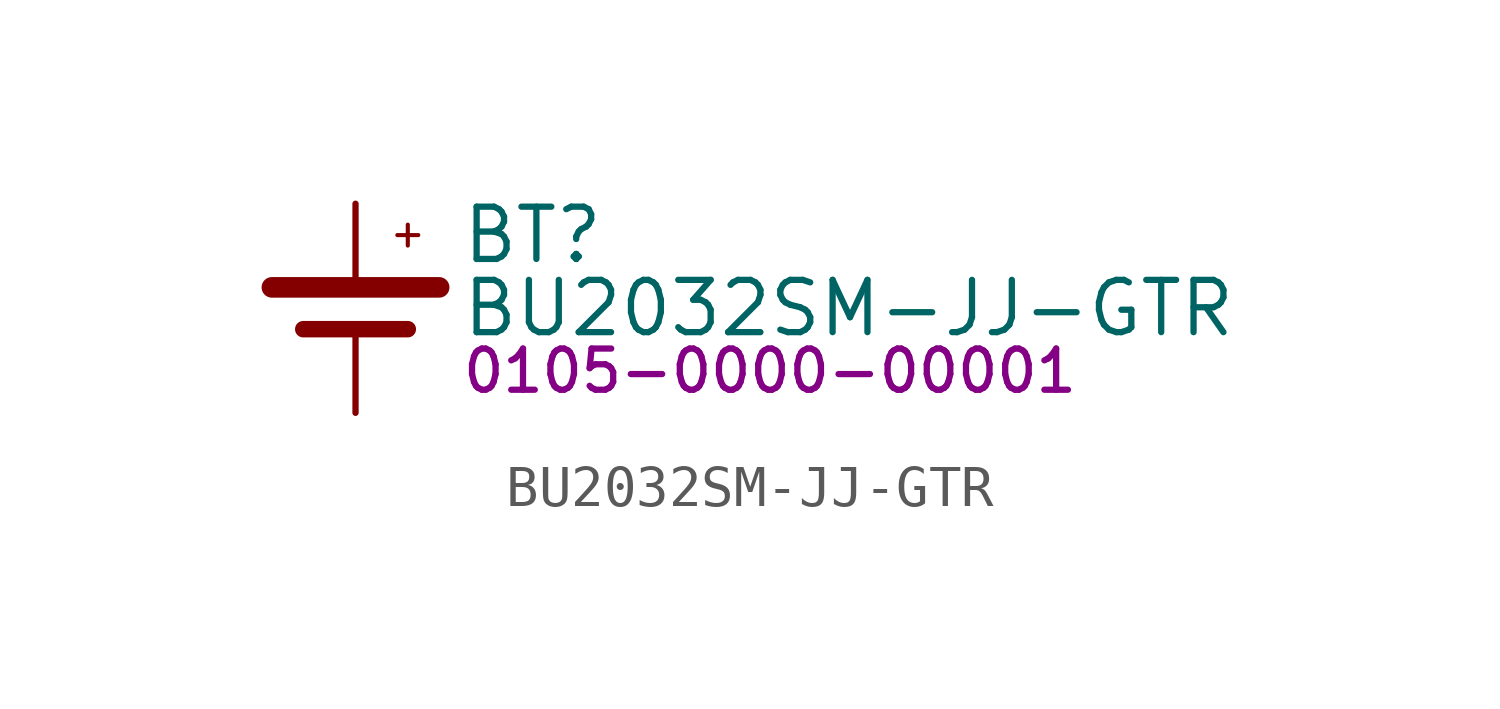
<source format=kicad_sym>
(kicad_symbol_lib
  (version 20231120)
  (generator "kicad_symbol_editor")
  (generator_version "8.0")
  (symbol "BU2032SM-JJ-GTR"
    (property "Reference" "BT"
      (at 2.54 1.778 0)
      (effects (font (size 1.27 1.27)) (justify left)))
    (property "Value" "BU2032SM-JJ-GTR"
      (at 2.54 0 0)
      (effects (font (size 1.27 1.27)) (justify left)))
    (property "PartNumber" "0105-0000-00001"
      (at 2.54 -1.524 0)
      (effects (font (size 1 1)) (justify left)))
    (symbol "BU2032SM-JJ-GTR_0_1"
      (polyline (pts (xy 1.016 1.778) (xy 1.524 1.778)) (stroke (width 0.1) (type default)) (fill (type none)))
      (polyline (pts (xy 1.27 2.032) (xy 1.27 1.524)) (stroke (width 0.1) (type default)) (fill (type none))))
    (symbol "BU2032SM-JJ-GTR_1_1"
      (polyline (pts (xy -2.032 0.508) (xy 2.032 0.508)) (stroke (width 0.5) (type default)) (fill (type none)))
      (polyline (pts (xy -1.27 -0.508) (xy 1.27 -0.508)) (stroke (width 0.4) (type default)) (fill (type none)))
      (pin passive line (at 0 2.54 270) (length 2.032) (name "POS" (effects (font (size 0 0)))) (number "1" (effects (font (size 0 0)))))
      (pin passive line (at 0 -2.54 90) (length 2.032) (name "NEG" (effects (font (size 0 0)))) (number "2" (effects (font (size 0 0))))))))
</source>
